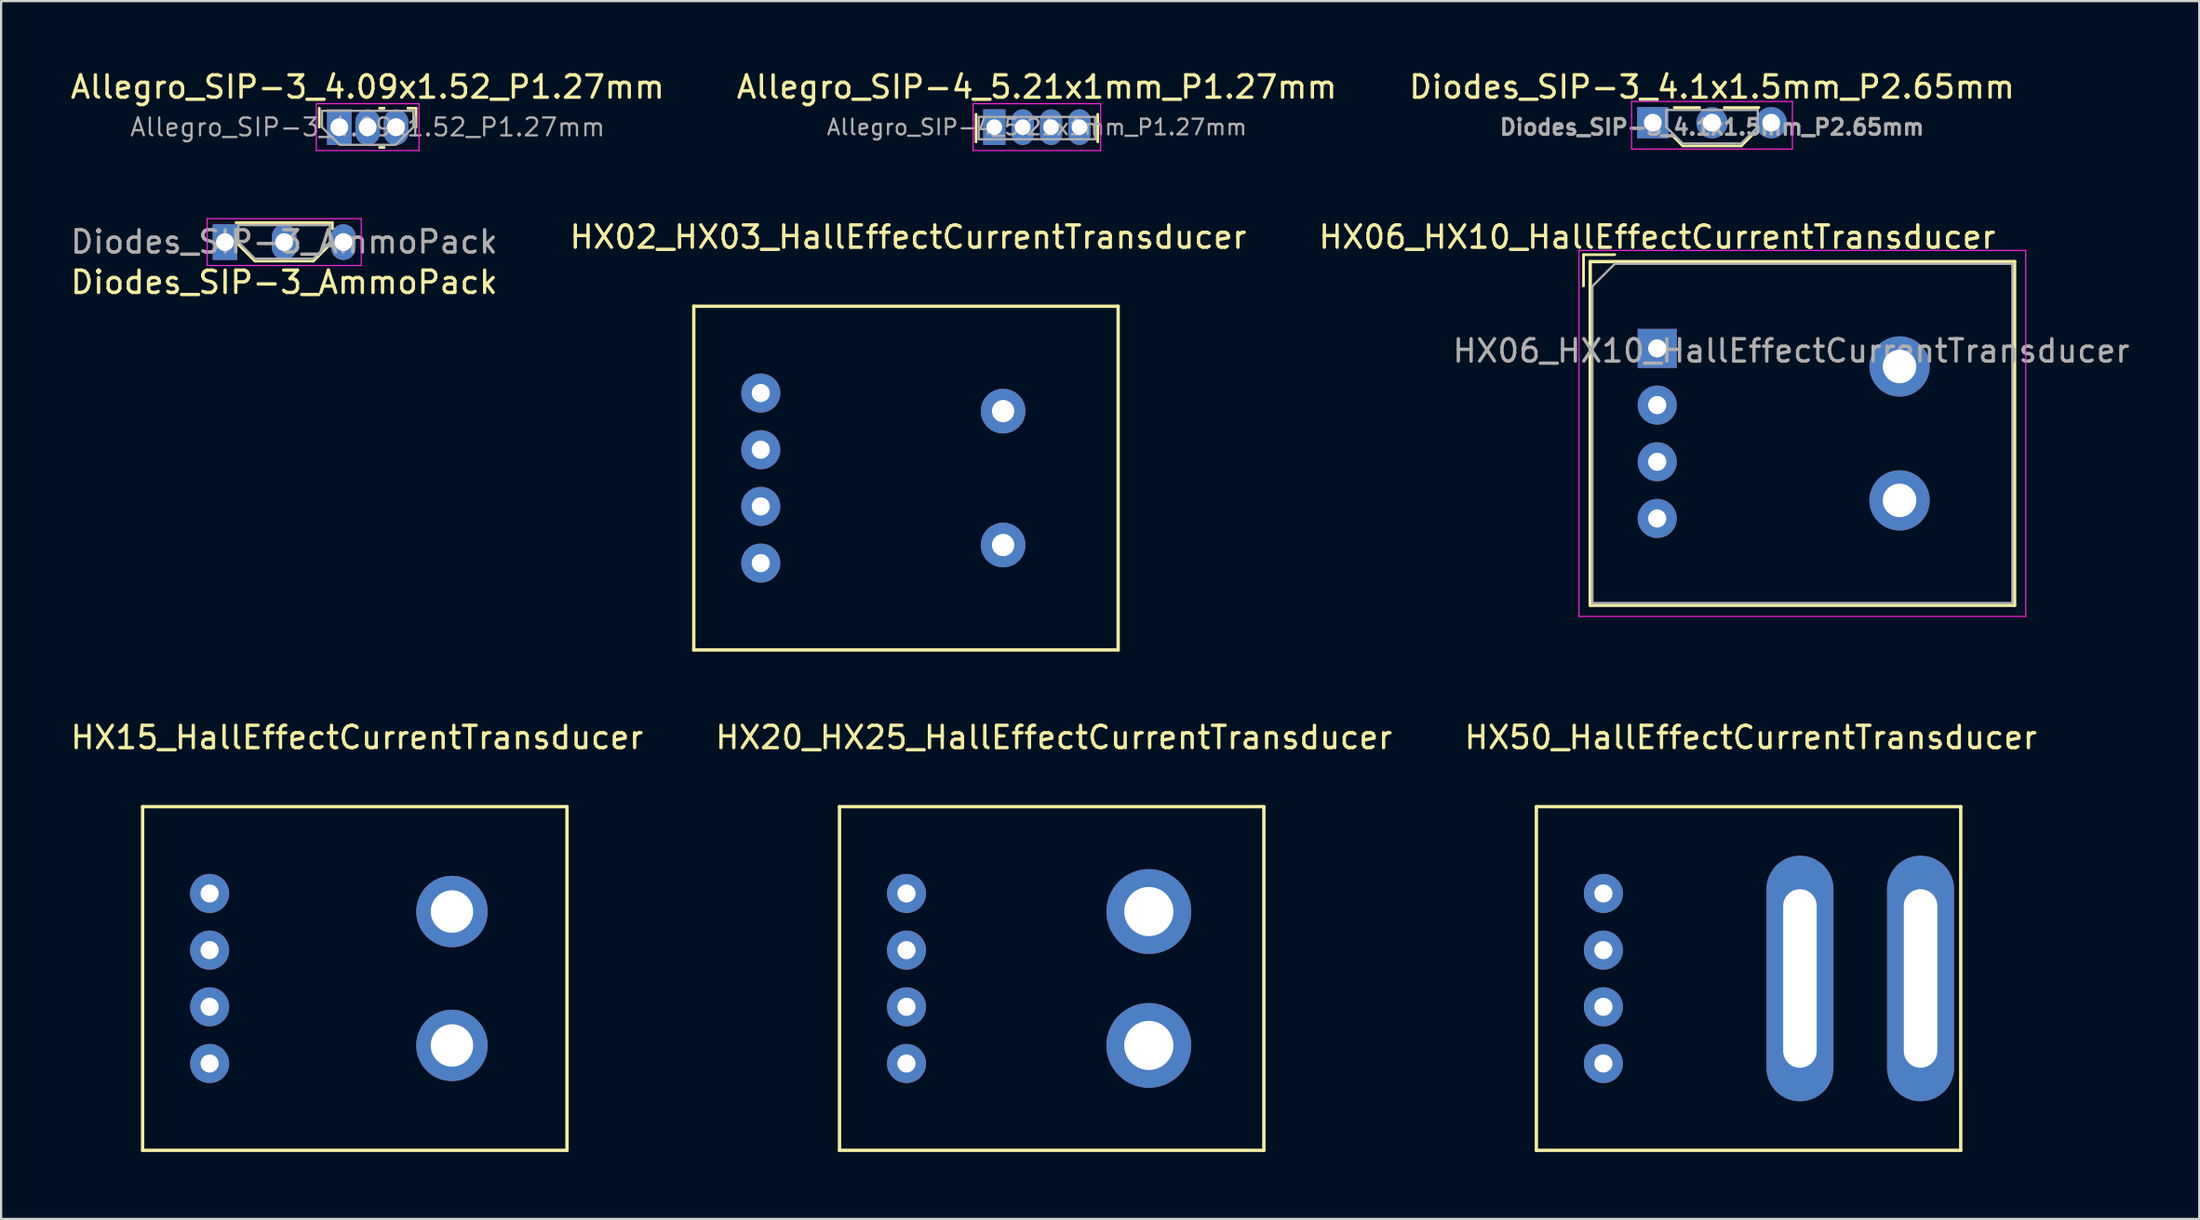
<source format=kicad_pcb>
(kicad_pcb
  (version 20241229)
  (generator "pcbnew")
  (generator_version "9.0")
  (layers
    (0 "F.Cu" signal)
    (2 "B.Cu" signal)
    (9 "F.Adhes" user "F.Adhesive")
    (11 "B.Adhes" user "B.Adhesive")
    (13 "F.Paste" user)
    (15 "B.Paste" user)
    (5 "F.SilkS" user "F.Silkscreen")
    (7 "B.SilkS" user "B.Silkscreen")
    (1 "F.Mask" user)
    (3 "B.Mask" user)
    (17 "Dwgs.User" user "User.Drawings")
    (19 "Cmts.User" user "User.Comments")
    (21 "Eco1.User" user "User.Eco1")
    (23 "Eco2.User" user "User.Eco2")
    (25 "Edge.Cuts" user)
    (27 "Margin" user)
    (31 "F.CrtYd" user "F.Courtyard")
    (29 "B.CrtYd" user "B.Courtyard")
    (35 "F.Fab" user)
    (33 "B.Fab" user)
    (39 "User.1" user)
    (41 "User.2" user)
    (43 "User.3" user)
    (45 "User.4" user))
  (footprint "Allegro_SIP-3_4.09x1.52_P1.27mm"
    (layer "F.Cu")
    (at 12.141 2.648)
    (property "Reference" "Allegro_SIP-3_4.09x1.52_P1.27mm" (at 1.27 -1.8 0) (layer "F.SilkS") (effects (font (size 1 1) (thickness 0.15))))
    (attr through_hole)
    (fp_line (start -0.895 0) (end -0.895 -0.85) (stroke (width 0.12) (type solid)) (layer "F.SilkS"))
    (fp_line (start 2.01 -0.85) (end 1.8 -0.85) (stroke (width 0.12) (type solid)) (layer "F.SilkS"))
    (fp_line (start 2.01 0.91) (end 1.8 0.91) (stroke (width 0.12) (type solid)) (layer "F.SilkS"))
    (fp_line (start 3.435 -0.85) (end 3.07 -0.85) (stroke (width 0.12) (type solid)) (layer "F.SilkS"))
    (fp_line (start 3.435 -0.85) (end 3.435 0) (stroke (width 0.12) (type solid)) (layer "F.SilkS"))
    (fp_line (start -1.03 -1.05) (end -1.03 1.05) (stroke (width 0.05) (type solid)) (layer "F.CrtYd"))
    (fp_line (start -1.03 1.05) (end 3.57 1.05) (stroke (width 0.05) (type solid)) (layer "F.CrtYd"))
    (fp_line (start 3.57 -1.05) (end -1.03 -1.05) (stroke (width 0.05) (type solid)) (layer "F.CrtYd"))
    (fp_line (start 3.57 1.05) (end 3.57 -1.05) (stroke (width 0.05) (type solid)) (layer "F.CrtYd"))
    (fp_line (start -0.775 -0.73) (end 3.315 -0.73) (stroke (width 0.1) (type solid)) (layer "F.Fab"))
    (fp_line (start -0.775 0) (end -0.775 -0.73) (stroke (width 0.1) (type solid)) (layer "F.Fab"))
    (fp_line (start -0.775 0) (end 0.015 0.79) (stroke (width 0.1) (type solid)) (layer "F.Fab"))
    (fp_line (start 2.525 0.79) (end 0.015 0.79) (stroke (width 0.1) (type solid)) (layer "F.Fab"))
    (fp_line (start 3.315 -0.73) (end 3.315 0) (stroke (width 0.1) (type solid)) (layer "F.Fab"))
    (fp_line (start 3.315 0) (end 2.525 0.79) (stroke (width 0.1) (type solid)) (layer "F.Fab"))
    (fp_text user "${REFERENCE}" (at 1.27 0 0) (layer "F.Fab") (effects (font (size 0.8 0.8) (thickness 0.1))))
    (pad "1" thru_hole rect (at 0 0) (size 1.1 1.6) (drill 0.8) (layers "*.Cu" "*.Mask"))
    (pad "2" thru_hole oval (at 1.27 0) (size 1.1 1.6) (drill 0.8) (layers "*.Cu" "*.Mask"))
    (pad "3" thru_hole oval (at 2.54 0) (size 1.1 1.6) (drill 0.8) (layers "*.Cu" "*.Mask")))
  (footprint "HX15_HallEffectCurrentTransducer"
    (layer "F.Cu")
    (at 12.835 40.795)
    (property "Reference" "HX15_HallEffectCurrentTransducer" (at 0.1 -10.8 0) (layer "F.SilkS") (effects (font (size 1 1) (thickness 0.15))))
    (attr through_hole)
    (fp_line (start -9.5 -7.7) (end -9.5 7.7) (stroke (width 0.15) (type solid)) (layer "F.SilkS"))
    (fp_line (start -9.5 7.7) (end 9.5 7.7) (stroke (width 0.15) (type solid)) (layer "F.SilkS"))
    (fp_line (start 9.5 -7.7) (end -9.5 -7.7) (stroke (width 0.15) (type solid)) (layer "F.SilkS"))
    (fp_line (start 9.5 7.7) (end 9.5 -7.7) (stroke (width 0.15) (type solid)) (layer "F.SilkS"))
    (pad "1" thru_hole circle (at -6.5 -3.81) (size 1.75 1.75) (drill 0.813) (layers "*.Cu" "*.Mask"))
    (pad "2" thru_hole circle (at -6.5 -1.27) (size 1.75 1.75) (drill 0.813) (layers "*.Cu" "*.Mask"))
    (pad "3" thru_hole circle (at -6.5 1.27) (size 1.75 1.75) (drill 0.813) (layers "*.Cu" "*.Mask"))
    (pad "4" thru_hole circle (at -6.5 3.81) (size 1.75 1.75) (drill 0.813) (layers "*.Cu" "*.Mask"))
    (pad "5" thru_hole circle (at 4.35 -3) (size 3.2 3.2) (drill 1.9) (layers "*.Cu" "*.Mask"))
    (pad "6" thru_hole circle (at 4.35 3) (size 3.2 3.2) (drill 1.9) (layers "*.Cu" "*.Mask")))
  (footprint "HX02_HX03_HallEffectCurrentTransducer"
    (layer "F.Cu")
    (at 37.513 18.372)
    (property "Reference" "HX02_HX03_HallEffectCurrentTransducer" (at 0.1 -10.8 0) (layer "F.SilkS") (effects (font (size 1 1) (thickness 0.15))))
    (attr through_hole)
    (fp_line (start -9.5 -7.7) (end -9.5 7.7) (stroke (width 0.15) (type solid)) (layer "F.SilkS"))
    (fp_line (start -9.5 7.7) (end 9.5 7.7) (stroke (width 0.15) (type solid)) (layer "F.SilkS"))
    (fp_line (start 9.5 -7.7) (end -9.5 -7.7) (stroke (width 0.15) (type solid)) (layer "F.SilkS"))
    (fp_line (start 9.5 7.7) (end 9.5 -7.7) (stroke (width 0.15) (type solid)) (layer "F.SilkS"))
    (pad "1" thru_hole circle (at -6.5 -3.81) (size 1.75 1.75) (drill 0.813) (layers "*.Cu" "*.Mask"))
    (pad "2" thru_hole circle (at -6.5 -1.27) (size 1.75 1.75) (drill 0.813) (layers "*.Cu" "*.Mask"))
    (pad "3" thru_hole circle (at -6.5 1.27) (size 1.75 1.75) (drill 0.813) (layers "*.Cu" "*.Mask"))
    (pad "4" thru_hole circle (at -6.5 3.81) (size 1.75 1.75) (drill 0.813) (layers "*.Cu" "*.Mask"))
    (pad "5" thru_hole circle (at 4.35 -3) (size 2 2) (drill 1) (layers "*.Cu" "*.Mask"))
    (pad "6" thru_hole circle (at 4.35 3) (size 2 2) (drill 1) (layers "*.Cu" "*.Mask")))
  (footprint "Diodes_SIP-3_4.1x1.5mm_P2.65mm"
    (layer "F.Cu")
    (at 70.951 2.448)
    (property "Reference" "Diodes_SIP-3_4.1x1.5mm_P2.65mm" (at 2.65 -1.6 0) (layer "F.SilkS") (effects (font (size 1 1) (thickness 0.15))))
    (attr through_hole)
    (fp_line (start 0.85 0.55) (end 1.34 1.04) (stroke (width 0.12) (type solid)) (layer "F.SilkS"))
    (fp_line (start 0.96 -0.68) (end 2.1 -0.68) (stroke (width 0.12) (type solid)) (layer "F.SilkS"))
    (fp_line (start 1.34 1.04) (end 3.96 1.04) (stroke (width 0.12) (type solid)) (layer "F.SilkS"))
    (fp_line (start 3.2 -0.68) (end 4.75 -0.68) (stroke (width 0.12) (type solid)) (layer "F.SilkS"))
    (fp_line (start 4.55 0.45) (end 3.96 1.04) (stroke (width 0.12) (type solid)) (layer "F.SilkS"))
    (fp_line (start -0.95 -0.95) (end -0.95 1.18) (stroke (width 0.05) (type solid)) (layer "F.CrtYd"))
    (fp_line (start -0.95 -0.95) (end 6.25 -0.95) (stroke (width 0.05) (type solid)) (layer "F.CrtYd"))
    (fp_line (start -0.95 1.18) (end 6.25 1.18) (stroke (width 0.05) (type solid)) (layer "F.CrtYd"))
    (fp_line (start 6.25 -0.95) (end 6.25 1.18) (stroke (width 0.05) (type solid)) (layer "F.CrtYd"))
    (fp_line (start 0.6 -0.57) (end 0.6 0.19) (stroke (width 0.1) (type solid)) (layer "F.Fab"))
    (fp_line (start 0.6 -0.57) (end 4.7 -0.57) (stroke (width 0.1) (type solid)) (layer "F.Fab"))
    (fp_line (start 0.6 0.19) (end 1.34 0.93) (stroke (width 0.1) (type solid)) (layer "F.Fab"))
    (fp_line (start 1.34 0.93) (end 3.96 0.93) (stroke (width 0.1) (type solid)) (layer "F.Fab"))
    (fp_line (start 4.7 -0.57) (end 4.7 0.19) (stroke (width 0.1) (type solid)) (layer "F.Fab"))
    (fp_line (start 4.7 0.19) (end 3.96 0.93) (stroke (width 0.1) (type solid)) (layer "F.Fab"))
    (fp_text user "${REFERENCE}" (at 2.65 0.2 0) (layer "F.Fab") (effects (font (size 0.7 0.7) (thickness 0.15))))
    (pad "1" thru_hole rect (at 0 0) (size 1.4 1.4) (drill 0.8) (layers "*.Cu" "*.Mask"))
    (pad "2" thru_hole circle (at 2.65 0) (size 1.4 1.4) (drill 0.8) (layers "*.Cu" "*.Mask"))
    (pad "3" thru_hole circle (at 5.3 0) (size 1.4 1.4) (drill 0.8) (layers "*.Cu" "*.Mask")))
  (footprint "Diodes_SIP-3_AmmoPack"
    (layer "F.Cu")
    (at 7.023 7.798)
    (property "Reference" "Diodes_SIP-3_AmmoPack" (at 2.65 1.8 0) (layer "F.SilkS") (effects (font (size 1 1) (thickness 0.15))))
    (attr through_hole)
    (fp_line (start 0.49 -0.87) (end 4.81 -0.87) (stroke (width 0.12) (type solid)) (layer "F.SilkS"))
    (fp_line (start 0.6 0.11) (end 1.34 0.85) (stroke (width 0.12) (type solid)) (layer "F.SilkS"))
    (fp_line (start 1.34 0.85) (end 3.96 0.85) (stroke (width 0.12) (type solid)) (layer "F.SilkS"))
    (fp_line (start 4.7 0.11) (end 3.96 0.85) (stroke (width 0.12) (type solid)) (layer "F.SilkS"))
    (fp_line (start 4.81 -0.87) (end 4.81 -0.6) (stroke (width 0.12) (type solid)) (layer "F.SilkS"))
    (fp_line (start -0.8 -1.05) (end -0.8 1.05) (stroke (width 0.05) (type solid)) (layer "F.CrtYd"))
    (fp_line (start -0.8 -1.05) (end 6.1 -1.05) (stroke (width 0.05) (type solid)) (layer "F.CrtYd"))
    (fp_line (start 6.1 1.05) (end -0.8 1.05) (stroke (width 0.05) (type solid)) (layer "F.CrtYd"))
    (fp_line (start 6.1 1.05) (end 6.1 -1.05) (stroke (width 0.05) (type solid)) (layer "F.CrtYd"))
    (fp_line (start 0.6 -0.76) (end 0.6 0) (stroke (width 0.1) (type solid)) (layer "F.Fab"))
    (fp_line (start 0.6 -0.76) (end 4.7 -0.76) (stroke (width 0.1) (type solid)) (layer "F.Fab"))
    (fp_line (start 0.6 0) (end 1.34 0.74) (stroke (width 0.1) (type solid)) (layer "F.Fab"))
    (fp_line (start 1.34 0.74) (end 3.96 0.74) (stroke (width 0.1) (type solid)) (layer "F.Fab"))
    (fp_line (start 4.7 -0.76) (end 4.7 0) (stroke (width 0.1) (type solid)) (layer "F.Fab"))
    (fp_line (start 4.7 0) (end 3.96 0.74) (stroke (width 0.1) (type solid)) (layer "F.Fab"))
    (fp_text user "${REFERENCE}" (at 2.65 -0.01 0) (layer "F.Fab") (effects (font (size 1 1) (thickness 0.15))))
    (pad "1" thru_hole rect (at 0 0) (size 1.1 1.6) (drill 0.8) (layers "*.Cu" "*.Mask"))
    (pad "2" thru_hole oval (at 2.65 0) (size 1.1 1.6) (drill 0.8) (layers "*.Cu" "*.Mask"))
    (pad "3" thru_hole oval (at 5.3 0) (size 1.1 1.6) (drill 0.8) (layers "*.Cu" "*.Mask")))
  (footprint "HX06_HX10_HallEffectCurrentTransducer"
    (layer "F.Cu")
    (at 71.149 12.562)
    (property "Reference" "HX06_HX10_HallEffectCurrentTransducer" (at 0 -4.99 0) (layer "F.SilkS") (effects (font (size 1 1) (thickness 0.15))))
    (attr through_hole)
    (fp_line (start -3.3 -4.2) (end -3.3 -2.8) (stroke (width 0.12) (type solid)) (layer "F.SilkS"))
    (fp_line (start -3 -3.89) (end -3 11.51) (stroke (width 0.15) (type solid)) (layer "F.SilkS"))
    (fp_line (start -3 11.51) (end 16 11.51) (stroke (width 0.15) (type solid)) (layer "F.SilkS"))
    (fp_line (start -1.9 -4.2) (end -3.3 -4.2) (stroke (width 0.12) (type solid)) (layer "F.SilkS"))
    (fp_line (start 16 -3.89) (end -3 -3.89) (stroke (width 0.15) (type solid)) (layer "F.SilkS"))
    (fp_line (start 16 11.51) (end 16 -3.89) (stroke (width 0.15) (type solid)) (layer "F.SilkS"))
    (fp_line (start -3.5 -4.39) (end -3.5 12.01) (stroke (width 0.05) (type solid)) (layer "F.CrtYd"))
    (fp_line (start -3.5 12.01) (end 16.5 12.01) (stroke (width 0.05) (type solid)) (layer "F.CrtYd"))
    (fp_line (start 16.5 -4.39) (end -3.5 -4.39) (stroke (width 0.05) (type solid)) (layer "F.CrtYd"))
    (fp_line (start 16.5 12.01) (end 16.5 -4.39) (stroke (width 0.05) (type solid)) (layer "F.CrtYd"))
    (fp_line (start -2.9 -2.79) (end -2.9 11.41) (stroke (width 0.1) (type solid)) (layer "F.Fab"))
    (fp_line (start -2.9 11.41) (end 15.9 11.41) (stroke (width 0.1) (type solid)) (layer "F.Fab"))
    (fp_line (start -1.9 -3.79) (end -2.9 -2.79) (stroke (width 0.1) (type solid)) (layer "F.Fab"))
    (fp_line (start 15.9 -3.79) (end -1.9 -3.79) (stroke (width 0.1) (type solid)) (layer "F.Fab"))
    (fp_line (start 15.9 11.41) (end 15.9 -3.79) (stroke (width 0.1) (type solid)) (layer "F.Fab"))
    (fp_text user "${REFERENCE}" (at 6 0.11 0) (layer "F.Fab") (effects (font (size 1 1) (thickness 0.15))))
    (pad "1" thru_hole rect (at 0 0) (size 1.75 1.75) (drill 0.813) (layers "*.Cu" "*.Mask"))
    (pad "2" thru_hole circle (at 0 2.54) (size 1.75 1.75) (drill 0.813) (layers "*.Cu" "*.Mask"))
    (pad "3" thru_hole circle (at 0 5.08) (size 1.75 1.75) (drill 0.813) (layers "*.Cu" "*.Mask"))
    (pad "4" thru_hole circle (at 0 7.62) (size 1.75 1.75) (drill 0.813) (layers "*.Cu" "*.Mask"))
    (pad "5" thru_hole circle (at 10.85 0.81) (size 2.7 2.7) (drill 1.5) (layers "*.Cu" "*.Mask"))
    (pad "6" thru_hole circle (at 10.85 6.81) (size 2.7 2.7) (drill 1.5) (layers "*.Cu" "*.Mask")))
  (footprint "HX50_HallEffectCurrentTransducer"
    (layer "F.Cu")
    (at 75.239 40.795)
    (property "Reference" "HX50_HallEffectCurrentTransducer" (at 0.1 -10.8 0) (layer "F.SilkS") (effects (font (size 1 1) (thickness 0.15))))
    (attr through_hole)
    (fp_line (start -9.5 -7.7) (end -9.5 7.7) (stroke (width 0.15) (type solid)) (layer "F.SilkS"))
    (fp_line (start -9.5 7.7) (end 9.5 7.7) (stroke (width 0.15) (type solid)) (layer "F.SilkS"))
    (fp_line (start 9.5 -7.7) (end -9.5 -7.7) (stroke (width 0.15) (type solid)) (layer "F.SilkS"))
    (fp_line (start 9.5 7.7) (end 9.5 -7.7) (stroke (width 0.15) (type solid)) (layer "F.SilkS"))
    (pad "1" thru_hole circle (at -6.5 -3.81) (size 1.75 1.75) (drill 0.813) (layers "*.Cu" "*.Mask"))
    (pad "2" thru_hole circle (at -6.5 -1.27) (size 1.75 1.75) (drill 0.813) (layers "*.Cu" "*.Mask"))
    (pad "3" thru_hole circle (at -6.5 1.27) (size 1.75 1.75) (drill 0.813) (layers "*.Cu" "*.Mask"))
    (pad "4" thru_hole circle (at -6.5 3.81) (size 1.75 1.75) (drill 0.813) (layers "*.Cu" "*.Mask"))
    (pad "5" thru_hole oval (at 7.7 0) (size 3 11) (drill oval 1.5 8) (layers "*.Cu" "*.Mask"))
    (pad "6" thru_hole oval (at 2.3 0) (size 3 11) (drill oval 1.5 8) (layers "*.Cu" "*.Mask")))
  (footprint "HX20_HX25_HallEffectCurrentTransducer"
    (layer "F.Cu")
    (at 44.037 40.795)
    (property "Reference" "HX20_HX25_HallEffectCurrentTransducer" (at 0.1 -10.8 0) (layer "F.SilkS") (effects (font (size 1 1) (thickness 0.15))))
    (attr through_hole)
    (fp_line (start -9.5 -7.7) (end -9.5 7.7) (stroke (width 0.15) (type solid)) (layer "F.SilkS"))
    (fp_line (start -9.5 7.7) (end 9.5 7.7) (stroke (width 0.15) (type solid)) (layer "F.SilkS"))
    (fp_line (start 9.5 -7.7) (end -9.5 -7.7) (stroke (width 0.15) (type solid)) (layer "F.SilkS"))
    (fp_line (start 9.5 7.7) (end 9.5 -7.7) (stroke (width 0.15) (type solid)) (layer "F.SilkS"))
    (pad "1" thru_hole circle (at -6.5 -3.81) (size 1.75 1.75) (drill 0.813) (layers "*.Cu" "*.Mask"))
    (pad "2" thru_hole circle (at -6.5 -1.27) (size 1.75 1.75) (drill 0.813) (layers "*.Cu" "*.Mask"))
    (pad "3" thru_hole circle (at -6.5 1.27) (size 1.75 1.75) (drill 0.813) (layers "*.Cu" "*.Mask"))
    (pad "4" thru_hole circle (at -6.5 3.81) (size 1.75 1.75) (drill 0.813) (layers "*.Cu" "*.Mask"))
    (pad "5" thru_hole circle (at 4.35 -3) (size 3.8 3.8) (drill 2.2) (layers "*.Cu" "*.Mask"))
    (pad "6" thru_hole circle (at 4.35 3) (size 3.8 3.8) (drill 2.2) (layers "*.Cu" "*.Mask")))
  (footprint "Allegro_SIP-4_5.21x1mm_P1.27mm"
    (layer "F.Cu")
    (at 41.47 2.648)
    (property "Reference" "Allegro_SIP-4_5.21x1mm_P1.27mm" (at 1.905 -1.8 0) (layer "F.SilkS") (effects (font (size 1 1) (thickness 0.15))))
    (attr through_hole)
    (fp_line (start -0.82 0.66) (end -0.82 -0.58) (stroke (width 0.12) (type solid)) (layer "F.SilkS"))
    (fp_line (start 4.63 -0.58) (end 4.63 0.66) (stroke (width 0.12) (type solid)) (layer "F.SilkS"))
    (fp_line (start -0.95 -1.05) (end -0.95 1.05) (stroke (width 0.05) (type solid)) (layer "F.CrtYd"))
    (fp_line (start -0.95 1.05) (end 4.76 1.05) (stroke (width 0.05) (type solid)) (layer "F.CrtYd"))
    (fp_line (start 4.76 -1.05) (end -0.95 -1.05) (stroke (width 0.05) (type solid)) (layer "F.CrtYd"))
    (fp_line (start 4.76 1.05) (end 4.76 -1.05) (stroke (width 0.05) (type solid)) (layer "F.CrtYd"))
    (fp_line (start -0.7 -0.46) (end 4.51 -0.46) (stroke (width 0.1) (type solid)) (layer "F.Fab"))
    (fp_line (start -0.7 0.54) (end -0.7 -0.46) (stroke (width 0.1) (type solid)) (layer "F.Fab"))
    (fp_line (start 4.51 -0.46) (end 4.51 0.54) (stroke (width 0.1) (type solid)) (layer "F.Fab"))
    (fp_line (start 4.51 0.54) (end -0.7 0.54) (stroke (width 0.1) (type solid)) (layer "F.Fab"))
    (fp_text user "${REFERENCE}" (at 1.905 0 0) (layer "F.Fab") (effects (font (size 0.7 0.7) (thickness 0.1))))
    (pad "1" thru_hole rect (at 0 0) (size 1 1.6) (drill 0.7) (layers "*.Cu" "*.Mask"))
    (pad "2" thru_hole oval (at 1.27 0) (size 1 1.6) (drill 0.7) (layers "*.Cu" "*.Mask"))
    (pad "3" thru_hole oval (at 2.54 0) (size 1 1.6) (drill 0.7) (layers "*.Cu" "*.Mask"))
    (pad "4" thru_hole oval (at 3.81 0) (size 1 1.6) (drill 0.7) (layers "*.Cu" "*.Mask")))
  (gr_rect
    (start -3 -3)
    (end 95.417 51.57)
    (stroke (width 0.1) (type default))
    (fill no)
    (layer "Edge.Cuts")))
</source>
